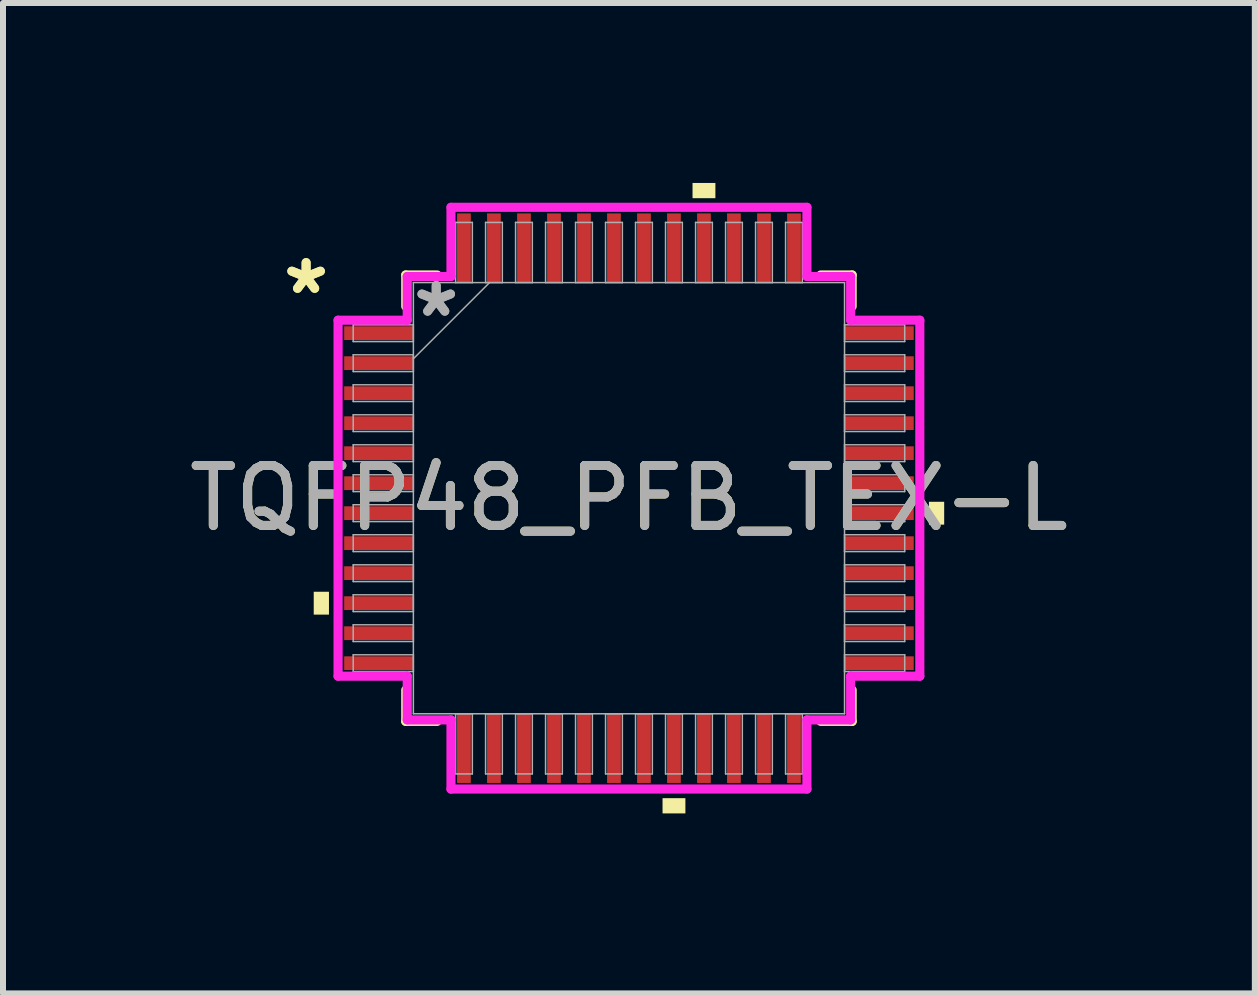
<source format=kicad_pcb>
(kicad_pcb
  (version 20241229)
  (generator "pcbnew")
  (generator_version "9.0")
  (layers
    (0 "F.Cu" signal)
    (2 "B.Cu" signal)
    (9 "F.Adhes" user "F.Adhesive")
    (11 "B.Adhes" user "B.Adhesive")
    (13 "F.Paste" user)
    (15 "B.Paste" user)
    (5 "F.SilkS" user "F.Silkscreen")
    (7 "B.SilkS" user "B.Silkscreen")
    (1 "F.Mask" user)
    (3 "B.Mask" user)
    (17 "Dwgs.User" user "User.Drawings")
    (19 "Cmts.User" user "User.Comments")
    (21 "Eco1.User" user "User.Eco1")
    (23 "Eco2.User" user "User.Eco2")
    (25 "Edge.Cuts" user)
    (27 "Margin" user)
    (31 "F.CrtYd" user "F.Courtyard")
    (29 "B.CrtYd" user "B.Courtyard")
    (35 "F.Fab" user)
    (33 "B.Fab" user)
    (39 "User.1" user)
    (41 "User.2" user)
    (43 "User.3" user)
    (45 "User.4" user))
  (footprint "TQFP48_PFB_TEX-L"
    (layer "F.Cu")
    (at 7.435 5.255)
    (property "Reference" "TQFP48_PFB_TEX-L" (at 0 0 0) (unlocked yes) (layer "F.SilkS") (effects (font (size 1 1) (thickness 0.15))))
    (attr smd)
    (fp_line (start -3.721 -3.721) (end -3.721 -3.198) (stroke (width 0.152) (type solid)) (layer "F.SilkS"))
    (fp_line (start -3.721 3.198) (end -3.721 3.721) (stroke (width 0.152) (type solid)) (layer "F.SilkS"))
    (fp_line (start -3.721 3.721) (end -3.198 3.721) (stroke (width 0.152) (type solid)) (layer "F.SilkS"))
    (fp_line (start -3.198 -3.721) (end -3.721 -3.721) (stroke (width 0.152) (type solid)) (layer "F.SilkS"))
    (fp_line (start 3.198 3.721) (end 3.721 3.721) (stroke (width 0.152) (type solid)) (layer "F.SilkS"))
    (fp_line (start 3.721 -3.721) (end 3.198 -3.721) (stroke (width 0.152) (type solid)) (layer "F.SilkS"))
    (fp_line (start 3.721 -3.198) (end 3.721 -3.721) (stroke (width 0.152) (type solid)) (layer "F.SilkS"))
    (fp_line (start 3.721 3.721) (end 3.721 3.198) (stroke (width 0.152) (type solid)) (layer "F.SilkS"))
    (fp_poly (pts (xy -5.255 1.56) (xy -5.255 1.941) (xy -5.001 1.941) (xy -5.001 1.56)) (stroke (width 0) (type solid)) (fill yes) (layer "F.SilkS"))
    (fp_poly (pts (xy 0.56 5.001) (xy 0.56 5.255) (xy 0.941 5.255) (xy 0.941 5.001)) (stroke (width 0) (type solid)) (fill yes) (layer "F.SilkS"))
    (fp_poly (pts (xy 1.06 -5.001) (xy 1.06 -5.255) (xy 1.441 -5.255) (xy 1.441 -5.001)) (stroke (width 0) (type solid)) (fill yes) (layer "F.SilkS"))
    (fp_poly (pts (xy 5.255 0.06) (xy 5.255 0.441) (xy 5.001 0.441) (xy 5.001 0.06)) (stroke (width 0) (type solid)) (fill yes) (layer "F.SilkS"))
    (fp_line (start -4.849 -2.967) (end -3.696 -2.967) (stroke (width 0.152) (type solid)) (layer "F.CrtYd"))
    (fp_line (start -4.849 2.967) (end -4.849 -2.967) (stroke (width 0.152) (type solid)) (layer "F.CrtYd"))
    (fp_line (start -3.696 -3.696) (end -2.967 -3.696) (stroke (width 0.152) (type solid)) (layer "F.CrtYd"))
    (fp_line (start -3.696 -2.967) (end -3.696 -3.696) (stroke (width 0.152) (type solid)) (layer "F.CrtYd"))
    (fp_line (start -3.696 2.967) (end -4.849 2.967) (stroke (width 0.152) (type solid)) (layer "F.CrtYd"))
    (fp_line (start -3.696 3.696) (end -3.696 2.967) (stroke (width 0.152) (type solid)) (layer "F.CrtYd"))
    (fp_line (start -3.696 3.696) (end -2.967 3.696) (stroke (width 0.152) (type solid)) (layer "F.CrtYd"))
    (fp_line (start -2.967 -4.849) (end 2.967 -4.849) (stroke (width 0.152) (type solid)) (layer "F.CrtYd"))
    (fp_line (start -2.967 -3.696) (end -2.967 -4.849) (stroke (width 0.152) (type solid)) (layer "F.CrtYd"))
    (fp_line (start -2.967 3.696) (end -2.967 4.849) (stroke (width 0.152) (type solid)) (layer "F.CrtYd"))
    (fp_line (start -2.967 4.849) (end 2.967 4.849) (stroke (width 0.152) (type solid)) (layer "F.CrtYd"))
    (fp_line (start 2.967 -4.849) (end 2.967 -3.696) (stroke (width 0.152) (type solid)) (layer "F.CrtYd"))
    (fp_line (start 2.967 -3.696) (end 3.696 -3.696) (stroke (width 0.152) (type solid)) (layer "F.CrtYd"))
    (fp_line (start 2.967 3.696) (end 3.696 3.696) (stroke (width 0.152) (type solid)) (layer "F.CrtYd"))
    (fp_line (start 2.967 4.849) (end 2.967 3.696) (stroke (width 0.152) (type solid)) (layer "F.CrtYd"))
    (fp_line (start 3.696 -2.967) (end 3.696 -3.696) (stroke (width 0.152) (type solid)) (layer "F.CrtYd"))
    (fp_line (start 3.696 2.967) (end 4.849 2.967) (stroke (width 0.152) (type solid)) (layer "F.CrtYd"))
    (fp_line (start 3.696 3.696) (end 3.696 2.967) (stroke (width 0.152) (type solid)) (layer "F.CrtYd"))
    (fp_line (start 4.849 -2.967) (end 3.696 -2.967) (stroke (width 0.152) (type solid)) (layer "F.CrtYd"))
    (fp_line (start 4.849 2.967) (end 4.849 -2.967) (stroke (width 0.152) (type solid)) (layer "F.CrtYd"))
    (fp_line (start -4.597 -2.89) (end -4.597 -2.611) (stroke (width 0.025) (type solid)) (layer "F.Fab"))
    (fp_line (start -4.597 -2.611) (end -3.594 -2.611) (stroke (width 0.025) (type solid)) (layer "F.Fab"))
    (fp_line (start -4.597 -2.39) (end -4.597 -2.111) (stroke (width 0.025) (type solid)) (layer "F.Fab"))
    (fp_line (start -4.597 -2.111) (end -3.594 -2.111) (stroke (width 0.025) (type solid)) (layer "F.Fab"))
    (fp_line (start -4.597 -1.89) (end -4.597 -1.611) (stroke (width 0.025) (type solid)) (layer "F.Fab"))
    (fp_line (start -4.597 -1.611) (end -3.594 -1.611) (stroke (width 0.025) (type solid)) (layer "F.Fab"))
    (fp_line (start -4.597 -1.39) (end -4.597 -1.111) (stroke (width 0.025) (type solid)) (layer "F.Fab"))
    (fp_line (start -4.597 -1.111) (end -3.594 -1.111) (stroke (width 0.025) (type solid)) (layer "F.Fab"))
    (fp_line (start -4.597 -0.89) (end -4.597 -0.61) (stroke (width 0.025) (type solid)) (layer "F.Fab"))
    (fp_line (start -4.597 -0.61) (end -3.594 -0.61) (stroke (width 0.025) (type solid)) (layer "F.Fab"))
    (fp_line (start -4.597 -0.39) (end -4.597 -0.11) (stroke (width 0.025) (type solid)) (layer "F.Fab"))
    (fp_line (start -4.597 -0.11) (end -3.594 -0.11) (stroke (width 0.025) (type solid)) (layer "F.Fab"))
    (fp_line (start -4.597 0.11) (end -4.597 0.39) (stroke (width 0.025) (type solid)) (layer "F.Fab"))
    (fp_line (start -4.597 0.39) (end -3.594 0.39) (stroke (width 0.025) (type solid)) (layer "F.Fab"))
    (fp_line (start -4.597 0.61) (end -4.597 0.89) (stroke (width 0.025) (type solid)) (layer "F.Fab"))
    (fp_line (start -4.597 0.89) (end -3.594 0.89) (stroke (width 0.025) (type solid)) (layer "F.Fab"))
    (fp_line (start -4.597 1.111) (end -4.597 1.39) (stroke (width 0.025) (type solid)) (layer "F.Fab"))
    (fp_line (start -4.597 1.39) (end -3.594 1.39) (stroke (width 0.025) (type solid)) (layer "F.Fab"))
    (fp_line (start -4.597 1.611) (end -4.597 1.89) (stroke (width 0.025) (type solid)) (layer "F.Fab"))
    (fp_line (start -4.597 1.89) (end -3.594 1.89) (stroke (width 0.025) (type solid)) (layer "F.Fab"))
    (fp_line (start -4.597 2.111) (end -4.597 2.39) (stroke (width 0.025) (type solid)) (layer "F.Fab"))
    (fp_line (start -4.597 2.39) (end -3.594 2.39) (stroke (width 0.025) (type solid)) (layer "F.Fab"))
    (fp_line (start -4.597 2.611) (end -4.597 2.89) (stroke (width 0.025) (type solid)) (layer "F.Fab"))
    (fp_line (start -4.597 2.89) (end -3.594 2.89) (stroke (width 0.025) (type solid)) (layer "F.Fab"))
    (fp_line (start -3.594 -3.594) (end -3.594 3.594) (stroke (width 0.025) (type solid)) (layer "F.Fab"))
    (fp_line (start -3.594 -2.89) (end -4.597 -2.89) (stroke (width 0.025) (type solid)) (layer "F.Fab"))
    (fp_line (start -3.594 -2.611) (end -3.594 -2.89) (stroke (width 0.025) (type solid)) (layer "F.Fab"))
    (fp_line (start -3.594 -2.39) (end -4.597 -2.39) (stroke (width 0.025) (type solid)) (layer "F.Fab"))
    (fp_line (start -3.594 -2.324) (end -2.324 -3.594) (stroke (width 0.025) (type solid)) (layer "F.Fab"))
    (fp_line (start -3.594 -2.111) (end -3.594 -2.39) (stroke (width 0.025) (type solid)) (layer "F.Fab"))
    (fp_line (start -3.594 -1.89) (end -4.597 -1.89) (stroke (width 0.025) (type solid)) (layer "F.Fab"))
    (fp_line (start -3.594 -1.611) (end -3.594 -1.89) (stroke (width 0.025) (type solid)) (layer "F.Fab"))
    (fp_line (start -3.594 -1.39) (end -4.597 -1.39) (stroke (width 0.025) (type solid)) (layer "F.Fab"))
    (fp_line (start -3.594 -1.111) (end -3.594 -1.39) (stroke (width 0.025) (type solid)) (layer "F.Fab"))
    (fp_line (start -3.594 -0.89) (end -4.597 -0.89) (stroke (width 0.025) (type solid)) (layer "F.Fab"))
    (fp_line (start -3.594 -0.61) (end -3.594 -0.89) (stroke (width 0.025) (type solid)) (layer "F.Fab"))
    (fp_line (start -3.594 -0.39) (end -4.597 -0.39) (stroke (width 0.025) (type solid)) (layer "F.Fab"))
    (fp_line (start -3.594 -0.11) (end -3.594 -0.39) (stroke (width 0.025) (type solid)) (layer "F.Fab"))
    (fp_line (start -3.594 0.11) (end -4.597 0.11) (stroke (width 0.025) (type solid)) (layer "F.Fab"))
    (fp_line (start -3.594 0.39) (end -3.594 0.11) (stroke (width 0.025) (type solid)) (layer "F.Fab"))
    (fp_line (start -3.594 0.61) (end -4.597 0.61) (stroke (width 0.025) (type solid)) (layer "F.Fab"))
    (fp_line (start -3.594 0.89) (end -3.594 0.61) (stroke (width 0.025) (type solid)) (layer "F.Fab"))
    (fp_line (start -3.594 1.111) (end -4.597 1.111) (stroke (width 0.025) (type solid)) (layer "F.Fab"))
    (fp_line (start -3.594 1.39) (end -3.594 1.111) (stroke (width 0.025) (type solid)) (layer "F.Fab"))
    (fp_line (start -3.594 1.611) (end -4.597 1.611) (stroke (width 0.025) (type solid)) (layer "F.Fab"))
    (fp_line (start -3.594 1.89) (end -3.594 1.611) (stroke (width 0.025) (type solid)) (layer "F.Fab"))
    (fp_line (start -3.594 2.111) (end -4.597 2.111) (stroke (width 0.025) (type solid)) (layer "F.Fab"))
    (fp_line (start -3.594 2.39) (end -3.594 2.111) (stroke (width 0.025) (type solid)) (layer "F.Fab"))
    (fp_line (start -3.594 2.611) (end -4.597 2.611) (stroke (width 0.025) (type solid)) (layer "F.Fab"))
    (fp_line (start -3.594 2.89) (end -3.594 2.611) (stroke (width 0.025) (type solid)) (layer "F.Fab"))
    (fp_line (start -3.594 3.594) (end 3.594 3.594) (stroke (width 0.025) (type solid)) (layer "F.Fab"))
    (fp_line (start -2.89 -4.597) (end -2.89 -3.594) (stroke (width 0.025) (type solid)) (layer "F.Fab"))
    (fp_line (start -2.89 -3.594) (end -2.611 -3.594) (stroke (width 0.025) (type solid)) (layer "F.Fab"))
    (fp_line (start -2.89 3.594) (end -2.89 4.597) (stroke (width 0.025) (type solid)) (layer "F.Fab"))
    (fp_line (start -2.89 4.597) (end -2.611 4.597) (stroke (width 0.025) (type solid)) (layer "F.Fab"))
    (fp_line (start -2.611 -4.597) (end -2.89 -4.597) (stroke (width 0.025) (type solid)) (layer "F.Fab"))
    (fp_line (start -2.611 -3.594) (end -2.611 -4.597) (stroke (width 0.025) (type solid)) (layer "F.Fab"))
    (fp_line (start -2.611 3.594) (end -2.89 3.594) (stroke (width 0.025) (type solid)) (layer "F.Fab"))
    (fp_line (start -2.611 4.597) (end -2.611 3.594) (stroke (width 0.025) (type solid)) (layer "F.Fab"))
    (fp_line (start -2.39 -4.597) (end -2.39 -3.594) (stroke (width 0.025) (type solid)) (layer "F.Fab"))
    (fp_line (start -2.39 -3.594) (end -2.111 -3.594) (stroke (width 0.025) (type solid)) (layer "F.Fab"))
    (fp_line (start -2.39 3.594) (end -2.39 4.597) (stroke (width 0.025) (type solid)) (layer "F.Fab"))
    (fp_line (start -2.39 4.597) (end -2.111 4.597) (stroke (width 0.025) (type solid)) (layer "F.Fab"))
    (fp_line (start -2.111 -4.597) (end -2.39 -4.597) (stroke (width 0.025) (type solid)) (layer "F.Fab"))
    (fp_line (start -2.111 -3.594) (end -2.111 -4.597) (stroke (width 0.025) (type solid)) (layer "F.Fab"))
    (fp_line (start -2.111 3.594) (end -2.39 3.594) (stroke (width 0.025) (type solid)) (layer "F.Fab"))
    (fp_line (start -2.111 4.597) (end -2.111 3.594) (stroke (width 0.025) (type solid)) (layer "F.Fab"))
    (fp_line (start -1.89 -4.597) (end -1.89 -3.594) (stroke (width 0.025) (type solid)) (layer "F.Fab"))
    (fp_line (start -1.89 -3.594) (end -1.611 -3.594) (stroke (width 0.025) (type solid)) (layer "F.Fab"))
    (fp_line (start -1.89 3.594) (end -1.89 4.597) (stroke (width 0.025) (type solid)) (layer "F.Fab"))
    (fp_line (start -1.89 4.597) (end -1.611 4.597) (stroke (width 0.025) (type solid)) (layer "F.Fab"))
    (fp_line (start -1.611 -4.597) (end -1.89 -4.597) (stroke (width 0.025) (type solid)) (layer "F.Fab"))
    (fp_line (start -1.611 -3.594) (end -1.611 -4.597) (stroke (width 0.025) (type solid)) (layer "F.Fab"))
    (fp_line (start -1.611 3.594) (end -1.89 3.594) (stroke (width 0.025) (type solid)) (layer "F.Fab"))
    (fp_line (start -1.611 4.597) (end -1.611 3.594) (stroke (width 0.025) (type solid)) (layer "F.Fab"))
    (fp_line (start -1.39 -4.597) (end -1.39 -3.594) (stroke (width 0.025) (type solid)) (layer "F.Fab"))
    (fp_line (start -1.39 -3.594) (end -1.111 -3.594) (stroke (width 0.025) (type solid)) (layer "F.Fab"))
    (fp_line (start -1.39 3.594) (end -1.39 4.597) (stroke (width 0.025) (type solid)) (layer "F.Fab"))
    (fp_line (start -1.39 4.597) (end -1.111 4.597) (stroke (width 0.025) (type solid)) (layer "F.Fab"))
    (fp_line (start -1.111 -4.597) (end -1.39 -4.597) (stroke (width 0.025) (type solid)) (layer "F.Fab"))
    (fp_line (start -1.111 -3.594) (end -1.111 -4.597) (stroke (width 0.025) (type solid)) (layer "F.Fab"))
    (fp_line (start -1.111 3.594) (end -1.39 3.594) (stroke (width 0.025) (type solid)) (layer "F.Fab"))
    (fp_line (start -1.111 4.597) (end -1.111 3.594) (stroke (width 0.025) (type solid)) (layer "F.Fab"))
    (fp_line (start -0.89 -4.597) (end -0.89 -3.594) (stroke (width 0.025) (type solid)) (layer "F.Fab"))
    (fp_line (start -0.89 -3.594) (end -0.61 -3.594) (stroke (width 0.025) (type solid)) (layer "F.Fab"))
    (fp_line (start -0.89 3.594) (end -0.89 4.597) (stroke (width 0.025) (type solid)) (layer "F.Fab"))
    (fp_line (start -0.89 4.597) (end -0.61 4.597) (stroke (width 0.025) (type solid)) (layer "F.Fab"))
    (fp_line (start -0.61 -4.597) (end -0.89 -4.597) (stroke (width 0.025) (type solid)) (layer "F.Fab"))
    (fp_line (start -0.61 -3.594) (end -0.61 -4.597) (stroke (width 0.025) (type solid)) (layer "F.Fab"))
    (fp_line (start -0.61 3.594) (end -0.89 3.594) (stroke (width 0.025) (type solid)) (layer "F.Fab"))
    (fp_line (start -0.61 4.597) (end -0.61 3.594) (stroke (width 0.025) (type solid)) (layer "F.Fab"))
    (fp_line (start -0.39 -4.597) (end -0.39 -3.594) (stroke (width 0.025) (type solid)) (layer "F.Fab"))
    (fp_line (start -0.39 -3.594) (end -0.11 -3.594) (stroke (width 0.025) (type solid)) (layer "F.Fab"))
    (fp_line (start -0.39 3.594) (end -0.39 4.597) (stroke (width 0.025) (type solid)) (layer "F.Fab"))
    (fp_line (start -0.39 4.597) (end -0.11 4.597) (stroke (width 0.025) (type solid)) (layer "F.Fab"))
    (fp_line (start -0.11 -4.597) (end -0.39 -4.597) (stroke (width 0.025) (type solid)) (layer "F.Fab"))
    (fp_line (start -0.11 -3.594) (end -0.11 -4.597) (stroke (width 0.025) (type solid)) (layer "F.Fab"))
    (fp_line (start -0.11 3.594) (end -0.39 3.594) (stroke (width 0.025) (type solid)) (layer "F.Fab"))
    (fp_line (start -0.11 4.597) (end -0.11 3.594) (stroke (width 0.025) (type solid)) (layer "F.Fab"))
    (fp_line (start 0.11 -4.597) (end 0.11 -3.594) (stroke (width 0.025) (type solid)) (layer "F.Fab"))
    (fp_line (start 0.11 -3.594) (end 0.39 -3.594) (stroke (width 0.025) (type solid)) (layer "F.Fab"))
    (fp_line (start 0.11 3.594) (end 0.11 4.597) (stroke (width 0.025) (type solid)) (layer "F.Fab"))
    (fp_line (start 0.11 4.597) (end 0.39 4.597) (stroke (width 0.025) (type solid)) (layer "F.Fab"))
    (fp_line (start 0.39 -4.597) (end 0.11 -4.597) (stroke (width 0.025) (type solid)) (layer "F.Fab"))
    (fp_line (start 0.39 -3.594) (end 0.39 -4.597) (stroke (width 0.025) (type solid)) (layer "F.Fab"))
    (fp_line (start 0.39 3.594) (end 0.11 3.594) (stroke (width 0.025) (type solid)) (layer "F.Fab"))
    (fp_line (start 0.39 4.597) (end 0.39 3.594) (stroke (width 0.025) (type solid)) (layer "F.Fab"))
    (fp_line (start 0.61 -4.597) (end 0.61 -3.594) (stroke (width 0.025) (type solid)) (layer "F.Fab"))
    (fp_line (start 0.61 -3.594) (end 0.89 -3.594) (stroke (width 0.025) (type solid)) (layer "F.Fab"))
    (fp_line (start 0.61 3.594) (end 0.61 4.597) (stroke (width 0.025) (type solid)) (layer "F.Fab"))
    (fp_line (start 0.61 4.597) (end 0.89 4.597) (stroke (width 0.025) (type solid)) (layer "F.Fab"))
    (fp_line (start 0.89 -4.597) (end 0.61 -4.597) (stroke (width 0.025) (type solid)) (layer "F.Fab"))
    (fp_line (start 0.89 -3.594) (end 0.89 -4.597) (stroke (width 0.025) (type solid)) (layer "F.Fab"))
    (fp_line (start 0.89 3.594) (end 0.61 3.594) (stroke (width 0.025) (type solid)) (layer "F.Fab"))
    (fp_line (start 0.89 4.597) (end 0.89 3.594) (stroke (width 0.025) (type solid)) (layer "F.Fab"))
    (fp_line (start 1.111 -4.597) (end 1.111 -3.594) (stroke (width 0.025) (type solid)) (layer "F.Fab"))
    (fp_line (start 1.111 -3.594) (end 1.39 -3.594) (stroke (width 0.025) (type solid)) (layer "F.Fab"))
    (fp_line (start 1.111 3.594) (end 1.111 4.597) (stroke (width 0.025) (type solid)) (layer "F.Fab"))
    (fp_line (start 1.111 4.597) (end 1.39 4.597) (stroke (width 0.025) (type solid)) (layer "F.Fab"))
    (fp_line (start 1.39 -4.597) (end 1.111 -4.597) (stroke (width 0.025) (type solid)) (layer "F.Fab"))
    (fp_line (start 1.39 -3.594) (end 1.39 -4.597) (stroke (width 0.025) (type solid)) (layer "F.Fab"))
    (fp_line (start 1.39 3.594) (end 1.111 3.594) (stroke (width 0.025) (type solid)) (layer "F.Fab"))
    (fp_line (start 1.39 4.597) (end 1.39 3.594) (stroke (width 0.025) (type solid)) (layer "F.Fab"))
    (fp_line (start 1.611 -4.597) (end 1.611 -3.594) (stroke (width 0.025) (type solid)) (layer "F.Fab"))
    (fp_line (start 1.611 -3.594) (end 1.89 -3.594) (stroke (width 0.025) (type solid)) (layer "F.Fab"))
    (fp_line (start 1.611 3.594) (end 1.611 4.597) (stroke (width 0.025) (type solid)) (layer "F.Fab"))
    (fp_line (start 1.611 4.597) (end 1.89 4.597) (stroke (width 0.025) (type solid)) (layer "F.Fab"))
    (fp_line (start 1.89 -4.597) (end 1.611 -4.597) (stroke (width 0.025) (type solid)) (layer "F.Fab"))
    (fp_line (start 1.89 -3.594) (end 1.89 -4.597) (stroke (width 0.025) (type solid)) (layer "F.Fab"))
    (fp_line (start 1.89 3.594) (end 1.611 3.594) (stroke (width 0.025) (type solid)) (layer "F.Fab"))
    (fp_line (start 1.89 4.597) (end 1.89 3.594) (stroke (width 0.025) (type solid)) (layer "F.Fab"))
    (fp_line (start 2.111 -4.597) (end 2.111 -3.594) (stroke (width 0.025) (type solid)) (layer "F.Fab"))
    (fp_line (start 2.111 -3.594) (end 2.39 -3.594) (stroke (width 0.025) (type solid)) (layer "F.Fab"))
    (fp_line (start 2.111 3.594) (end 2.111 4.597) (stroke (width 0.025) (type solid)) (layer "F.Fab"))
    (fp_line (start 2.111 4.597) (end 2.39 4.597) (stroke (width 0.025) (type solid)) (layer "F.Fab"))
    (fp_line (start 2.39 -4.597) (end 2.111 -4.597) (stroke (width 0.025) (type solid)) (layer "F.Fab"))
    (fp_line (start 2.39 -3.594) (end 2.39 -4.597) (stroke (width 0.025) (type solid)) (layer "F.Fab"))
    (fp_line (start 2.39 3.594) (end 2.111 3.594) (stroke (width 0.025) (type solid)) (layer "F.Fab"))
    (fp_line (start 2.39 4.597) (end 2.39 3.594) (stroke (width 0.025) (type solid)) (layer "F.Fab"))
    (fp_line (start 2.611 -4.597) (end 2.611 -3.594) (stroke (width 0.025) (type solid)) (layer "F.Fab"))
    (fp_line (start 2.611 -3.594) (end 2.89 -3.594) (stroke (width 0.025) (type solid)) (layer "F.Fab"))
    (fp_line (start 2.611 3.594) (end 2.611 4.597) (stroke (width 0.025) (type solid)) (layer "F.Fab"))
    (fp_line (start 2.611 4.597) (end 2.89 4.597) (stroke (width 0.025) (type solid)) (layer "F.Fab"))
    (fp_line (start 2.89 -4.597) (end 2.611 -4.597) (stroke (width 0.025) (type solid)) (layer "F.Fab"))
    (fp_line (start 2.89 -3.594) (end 2.89 -4.597) (stroke (width 0.025) (type solid)) (layer "F.Fab"))
    (fp_line (start 2.89 3.594) (end 2.611 3.594) (stroke (width 0.025) (type solid)) (layer "F.Fab"))
    (fp_line (start 2.89 4.597) (end 2.89 3.594) (stroke (width 0.025) (type solid)) (layer "F.Fab"))
    (fp_line (start 3.594 -3.594) (end -3.594 -3.594) (stroke (width 0.025) (type solid)) (layer "F.Fab"))
    (fp_line (start 3.594 -2.89) (end 3.594 -2.611) (stroke (width 0.025) (type solid)) (layer "F.Fab"))
    (fp_line (start 3.594 -2.611) (end 4.597 -2.611) (stroke (width 0.025) (type solid)) (layer "F.Fab"))
    (fp_line (start 3.594 -2.39) (end 3.594 -2.111) (stroke (width 0.025) (type solid)) (layer "F.Fab"))
    (fp_line (start 3.594 -2.111) (end 4.597 -2.111) (stroke (width 0.025) (type solid)) (layer "F.Fab"))
    (fp_line (start 3.594 -1.89) (end 3.594 -1.611) (stroke (width 0.025) (type solid)) (layer "F.Fab"))
    (fp_line (start 3.594 -1.611) (end 4.597 -1.611) (stroke (width 0.025) (type solid)) (layer "F.Fab"))
    (fp_line (start 3.594 -1.39) (end 3.594 -1.111) (stroke (width 0.025) (type solid)) (layer "F.Fab"))
    (fp_line (start 3.594 -1.111) (end 4.597 -1.111) (stroke (width 0.025) (type solid)) (layer "F.Fab"))
    (fp_line (start 3.594 -0.89) (end 3.594 -0.61) (stroke (width 0.025) (type solid)) (layer "F.Fab"))
    (fp_line (start 3.594 -0.61) (end 4.597 -0.61) (stroke (width 0.025) (type solid)) (layer "F.Fab"))
    (fp_line (start 3.594 -0.39) (end 3.594 -0.11) (stroke (width 0.025) (type solid)) (layer "F.Fab"))
    (fp_line (start 3.594 -0.11) (end 4.597 -0.11) (stroke (width 0.025) (type solid)) (layer "F.Fab"))
    (fp_line (start 3.594 0.11) (end 3.594 0.39) (stroke (width 0.025) (type solid)) (layer "F.Fab"))
    (fp_line (start 3.594 0.39) (end 4.597 0.39) (stroke (width 0.025) (type solid)) (layer "F.Fab"))
    (fp_line (start 3.594 0.61) (end 3.594 0.89) (stroke (width 0.025) (type solid)) (layer "F.Fab"))
    (fp_line (start 3.594 0.89) (end 4.597 0.89) (stroke (width 0.025) (type solid)) (layer "F.Fab"))
    (fp_line (start 3.594 1.111) (end 3.594 1.39) (stroke (width 0.025) (type solid)) (layer "F.Fab"))
    (fp_line (start 3.594 1.39) (end 4.597 1.39) (stroke (width 0.025) (type solid)) (layer "F.Fab"))
    (fp_line (start 3.594 1.611) (end 3.594 1.89) (stroke (width 0.025) (type solid)) (layer "F.Fab"))
    (fp_line (start 3.594 1.89) (end 4.597 1.89) (stroke (width 0.025) (type solid)) (layer "F.Fab"))
    (fp_line (start 3.594 2.111) (end 3.594 2.39) (stroke (width 0.025) (type solid)) (layer "F.Fab"))
    (fp_line (start 3.594 2.39) (end 4.597 2.39) (stroke (width 0.025) (type solid)) (layer "F.Fab"))
    (fp_line (start 3.594 2.611) (end 3.594 2.89) (stroke (width 0.025) (type solid)) (layer "F.Fab"))
    (fp_line (start 3.594 2.89) (end 4.597 2.89) (stroke (width 0.025) (type solid)) (layer "F.Fab"))
    (fp_line (start 3.594 3.594) (end 3.594 -3.594) (stroke (width 0.025) (type solid)) (layer "F.Fab"))
    (fp_line (start 4.597 -2.89) (end 3.594 -2.89) (stroke (width 0.025) (type solid)) (layer "F.Fab"))
    (fp_line (start 4.597 -2.611) (end 4.597 -2.89) (stroke (width 0.025) (type solid)) (layer "F.Fab"))
    (fp_line (start 4.597 -2.39) (end 3.594 -2.39) (stroke (width 0.025) (type solid)) (layer "F.Fab"))
    (fp_line (start 4.597 -2.111) (end 4.597 -2.39) (stroke (width 0.025) (type solid)) (layer "F.Fab"))
    (fp_line (start 4.597 -1.89) (end 3.594 -1.89) (stroke (width 0.025) (type solid)) (layer "F.Fab"))
    (fp_line (start 4.597 -1.611) (end 4.597 -1.89) (stroke (width 0.025) (type solid)) (layer "F.Fab"))
    (fp_line (start 4.597 -1.39) (end 3.594 -1.39) (stroke (width 0.025) (type solid)) (layer "F.Fab"))
    (fp_line (start 4.597 -1.111) (end 4.597 -1.39) (stroke (width 0.025) (type solid)) (layer "F.Fab"))
    (fp_line (start 4.597 -0.89) (end 3.594 -0.89) (stroke (width 0.025) (type solid)) (layer "F.Fab"))
    (fp_line (start 4.597 -0.61) (end 4.597 -0.89) (stroke (width 0.025) (type solid)) (layer "F.Fab"))
    (fp_line (start 4.597 -0.39) (end 3.594 -0.39) (stroke (width 0.025) (type solid)) (layer "F.Fab"))
    (fp_line (start 4.597 -0.11) (end 4.597 -0.39) (stroke (width 0.025) (type solid)) (layer "F.Fab"))
    (fp_line (start 4.597 0.11) (end 3.594 0.11) (stroke (width 0.025) (type solid)) (layer "F.Fab"))
    (fp_line (start 4.597 0.39) (end 4.597 0.11) (stroke (width 0.025) (type solid)) (layer "F.Fab"))
    (fp_line (start 4.597 0.61) (end 3.594 0.61) (stroke (width 0.025) (type solid)) (layer "F.Fab"))
    (fp_line (start 4.597 0.89) (end 4.597 0.61) (stroke (width 0.025) (type solid)) (layer "F.Fab"))
    (fp_line (start 4.597 1.111) (end 3.594 1.111) (stroke (width 0.025) (type solid)) (layer "F.Fab"))
    (fp_line (start 4.597 1.39) (end 4.597 1.111) (stroke (width 0.025) (type solid)) (layer "F.Fab"))
    (fp_line (start 4.597 1.611) (end 3.594 1.611) (stroke (width 0.025) (type solid)) (layer "F.Fab"))
    (fp_line (start 4.597 1.89) (end 4.597 1.611) (stroke (width 0.025) (type solid)) (layer "F.Fab"))
    (fp_line (start 4.597 2.111) (end 3.594 2.111) (stroke (width 0.025) (type solid)) (layer "F.Fab"))
    (fp_line (start 4.597 2.39) (end 4.597 2.111) (stroke (width 0.025) (type solid)) (layer "F.Fab"))
    (fp_line (start 4.597 2.611) (end 3.594 2.611) (stroke (width 0.025) (type solid)) (layer "F.Fab"))
    (fp_line (start 4.597 2.89) (end 4.597 2.611) (stroke (width 0.025) (type solid)) (layer "F.Fab"))
    (fp_text user "*" (at -5.382 -3.382 0) (unlocked yes) (layer "F.SilkS") (effects (font (size 1 1) (thickness 0.15))))
    (fp_text user "*" (at -5.382 -3.382 0) (layer "F.SilkS") (effects (font (size 1 1) (thickness 0.15))))
    (fp_text user "*" (at -3.213 -3.001 0) (unlocked yes) (layer "F.Fab") (effects (font (size 1 1) (thickness 0.15))))
    (fp_text user "*" (at -3.213 -3.001 0) (layer "F.Fab") (effects (font (size 1 1) (thickness 0.15))))
    (fp_text user "${REFERENCE}" (at 0 0 0) (unlocked yes) (layer "F.Fab") (effects (font (size 1 1) (thickness 0.15))))
    (pad "1" smd rect (at -4.171 -2.751 90) (size 0.229 1.153) (layers "F.Cu" "F.Mask" "F.Paste"))
    (pad "2" smd rect (at -4.171 -2.251 90) (size 0.229 1.153) (layers "F.Cu" "F.Mask" "F.Paste"))
    (pad "3" smd rect (at -4.171 -1.75 90) (size 0.229 1.153) (layers "F.Cu" "F.Mask" "F.Paste"))
    (pad "4" smd rect (at -4.171 -1.25 90) (size 0.229 1.153) (layers "F.Cu" "F.Mask" "F.Paste"))
    (pad "5" smd rect (at -4.171 -0.75 90) (size 0.229 1.153) (layers "F.Cu" "F.Mask" "F.Paste"))
    (pad "6" smd rect (at -4.171 -0.25 90) (size 0.229 1.153) (layers "F.Cu" "F.Mask" "F.Paste"))
    (pad "7" smd rect (at -4.171 0.25 90) (size 0.229 1.153) (layers "F.Cu" "F.Mask" "F.Paste"))
    (pad "8" smd rect (at -4.171 0.75 90) (size 0.229 1.153) (layers "F.Cu" "F.Mask" "F.Paste"))
    (pad "9" smd rect (at -4.171 1.25 90) (size 0.229 1.153) (layers "F.Cu" "F.Mask" "F.Paste"))
    (pad "10" smd rect (at -4.171 1.75 90) (size 0.229 1.153) (layers "F.Cu" "F.Mask" "F.Paste"))
    (pad "11" smd rect (at -4.171 2.251 90) (size 0.229 1.153) (layers "F.Cu" "F.Mask" "F.Paste"))
    (pad "12" smd rect (at -4.171 2.751 90) (size 0.229 1.153) (layers "F.Cu" "F.Mask" "F.Paste"))
    (pad "13" smd rect (at -2.751 4.171) (size 0.229 1.153) (layers "F.Cu" "F.Mask" "F.Paste"))
    (pad "14" smd rect (at -2.251 4.171) (size 0.229 1.153) (layers "F.Cu" "F.Mask" "F.Paste"))
    (pad "15" smd rect (at -1.75 4.171) (size 0.229 1.153) (layers "F.Cu" "F.Mask" "F.Paste"))
    (pad "16" smd rect (at -1.25 4.171) (size 0.229 1.153) (layers "F.Cu" "F.Mask" "F.Paste"))
    (pad "17" smd rect (at -0.75 4.171) (size 0.229 1.153) (layers "F.Cu" "F.Mask" "F.Paste"))
    (pad "18" smd rect (at -0.25 4.171) (size 0.229 1.153) (layers "F.Cu" "F.Mask" "F.Paste"))
    (pad "19" smd rect (at 0.25 4.171) (size 0.229 1.153) (layers "F.Cu" "F.Mask" "F.Paste"))
    (pad "20" smd rect (at 0.75 4.171) (size 0.229 1.153) (layers "F.Cu" "F.Mask" "F.Paste"))
    (pad "21" smd rect (at 1.25 4.171) (size 0.229 1.153) (layers "F.Cu" "F.Mask" "F.Paste"))
    (pad "22" smd rect (at 1.75 4.171) (size 0.229 1.153) (layers "F.Cu" "F.Mask" "F.Paste"))
    (pad "23" smd rect (at 2.251 4.171) (size 0.229 1.153) (layers "F.Cu" "F.Mask" "F.Paste"))
    (pad "24" smd rect (at 2.751 4.171) (size 0.229 1.153) (layers "F.Cu" "F.Mask" "F.Paste"))
    (pad "25" smd rect (at 4.171 2.751 90) (size 0.229 1.153) (layers "F.Cu" "F.Mask" "F.Paste"))
    (pad "26" smd rect (at 4.171 2.251 90) (size 0.229 1.153) (layers "F.Cu" "F.Mask" "F.Paste"))
    (pad "27" smd rect (at 4.171 1.75 90) (size 0.229 1.153) (layers "F.Cu" "F.Mask" "F.Paste"))
    (pad "28" smd rect (at 4.171 1.25 90) (size 0.229 1.153) (layers "F.Cu" "F.Mask" "F.Paste"))
    (pad "29" smd rect (at 4.171 0.75 90) (size 0.229 1.153) (layers "F.Cu" "F.Mask" "F.Paste"))
    (pad "30" smd rect (at 4.171 0.25 90) (size 0.229 1.153) (layers "F.Cu" "F.Mask" "F.Paste"))
    (pad "31" smd rect (at 4.171 -0.25 90) (size 0.229 1.153) (layers "F.Cu" "F.Mask" "F.Paste"))
    (pad "32" smd rect (at 4.171 -0.75 90) (size 0.229 1.153) (layers "F.Cu" "F.Mask" "F.Paste"))
    (pad "33" smd rect (at 4.171 -1.25 90) (size 0.229 1.153) (layers "F.Cu" "F.Mask" "F.Paste"))
    (pad "34" smd rect (at 4.171 -1.75 90) (size 0.229 1.153) (layers "F.Cu" "F.Mask" "F.Paste"))
    (pad "35" smd rect (at 4.171 -2.251 90) (size 0.229 1.153) (layers "F.Cu" "F.Mask" "F.Paste"))
    (pad "36" smd rect (at 4.171 -2.751 90) (size 0.229 1.153) (layers "F.Cu" "F.Mask" "F.Paste"))
    (pad "37" smd rect (at 2.751 -4.171) (size 0.229 1.153) (layers "F.Cu" "F.Mask" "F.Paste"))
    (pad "38" smd rect (at 2.251 -4.171) (size 0.229 1.153) (layers "F.Cu" "F.Mask" "F.Paste"))
    (pad "39" smd rect (at 1.75 -4.171) (size 0.229 1.153) (layers "F.Cu" "F.Mask" "F.Paste"))
    (pad "40" smd rect (at 1.25 -4.171) (size 0.229 1.153) (layers "F.Cu" "F.Mask" "F.Paste"))
    (pad "41" smd rect (at 0.75 -4.171) (size 0.229 1.153) (layers "F.Cu" "F.Mask" "F.Paste"))
    (pad "42" smd rect (at 0.25 -4.171) (size 0.229 1.153) (layers "F.Cu" "F.Mask" "F.Paste"))
    (pad "43" smd rect (at -0.25 -4.171) (size 0.229 1.153) (layers "F.Cu" "F.Mask" "F.Paste"))
    (pad "44" smd rect (at -0.75 -4.171) (size 0.229 1.153) (layers "F.Cu" "F.Mask" "F.Paste"))
    (pad "45" smd rect (at -1.25 -4.171) (size 0.229 1.153) (layers "F.Cu" "F.Mask" "F.Paste"))
    (pad "46" smd rect (at -1.75 -4.171) (size 0.229 1.153) (layers "F.Cu" "F.Mask" "F.Paste"))
    (pad "47" smd rect (at -2.251 -4.171) (size 0.229 1.153) (layers "F.Cu" "F.Mask" "F.Paste"))
    (pad "48" smd rect (at -2.751 -4.171) (size 0.229 1.153) (layers "F.Cu" "F.Mask" "F.Paste")))
  (gr_rect
    (start -3 -3)
    (end 17.869 13.511)
    (stroke (width 0.1) (type default))
    (fill no)
    (layer "Edge.Cuts")))
</source>
